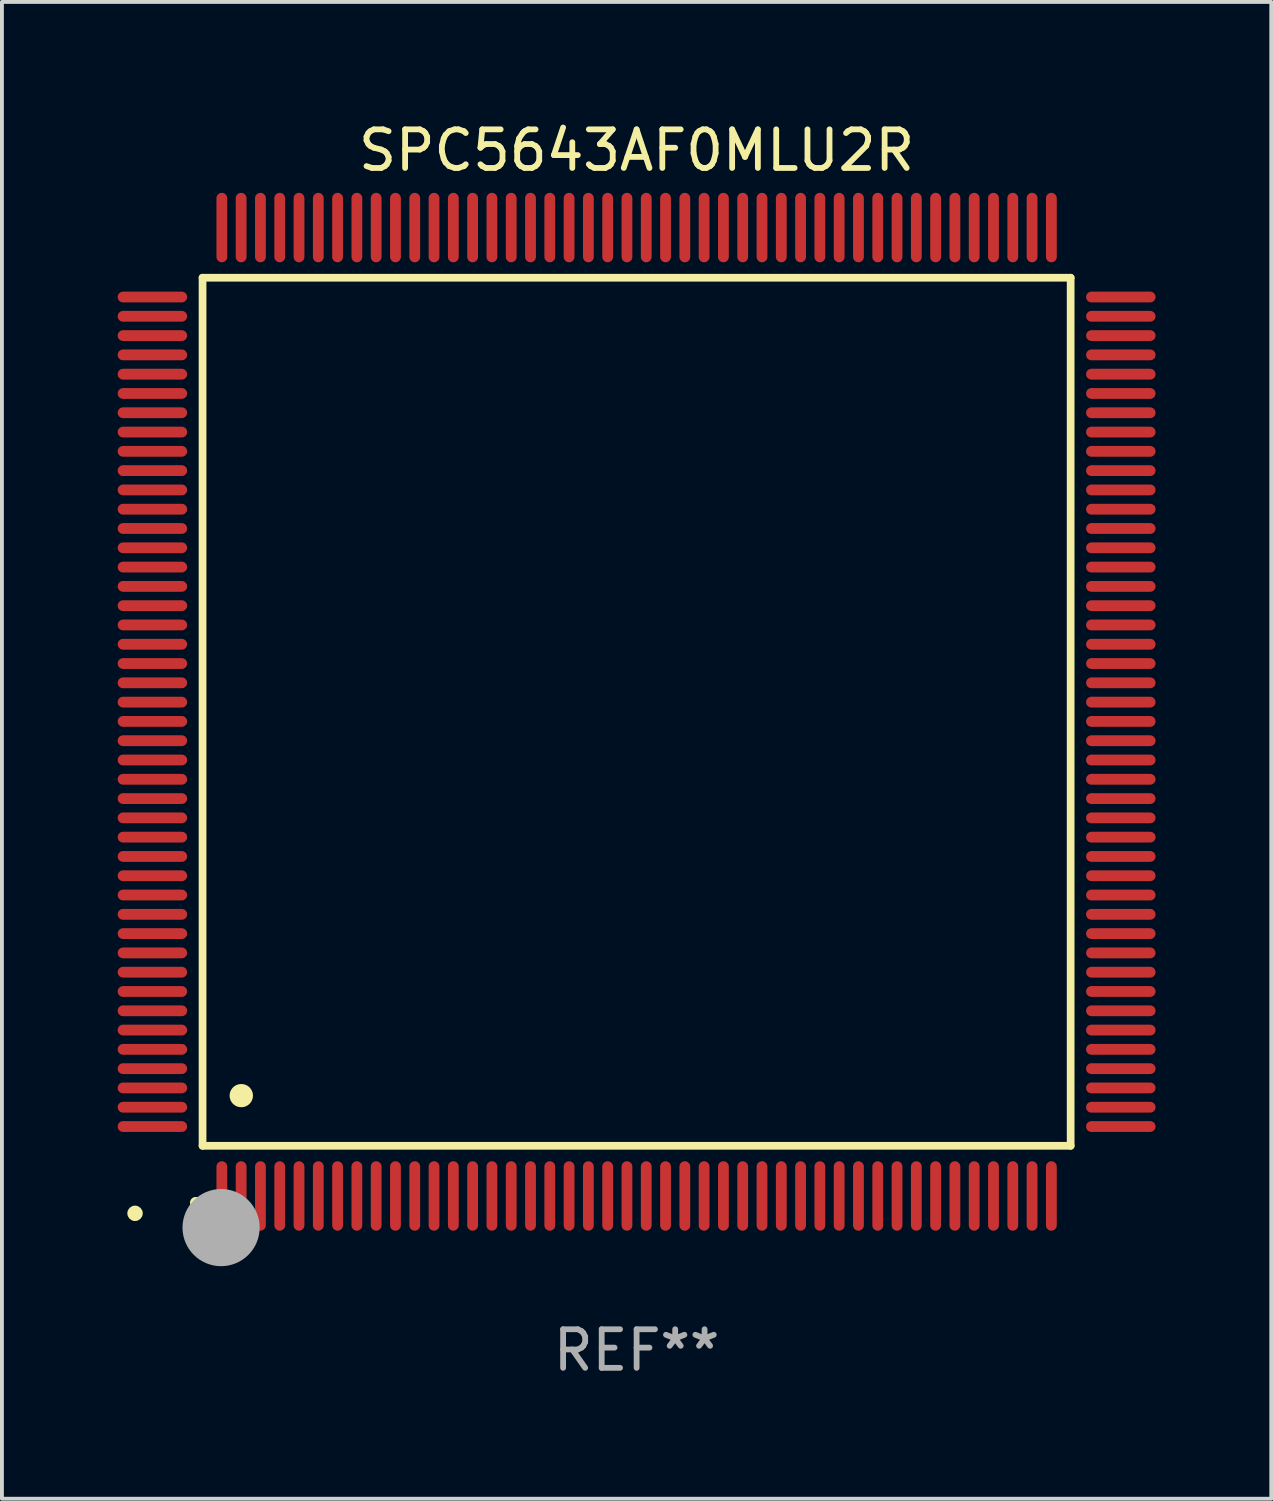
<source format=kicad_pcb>
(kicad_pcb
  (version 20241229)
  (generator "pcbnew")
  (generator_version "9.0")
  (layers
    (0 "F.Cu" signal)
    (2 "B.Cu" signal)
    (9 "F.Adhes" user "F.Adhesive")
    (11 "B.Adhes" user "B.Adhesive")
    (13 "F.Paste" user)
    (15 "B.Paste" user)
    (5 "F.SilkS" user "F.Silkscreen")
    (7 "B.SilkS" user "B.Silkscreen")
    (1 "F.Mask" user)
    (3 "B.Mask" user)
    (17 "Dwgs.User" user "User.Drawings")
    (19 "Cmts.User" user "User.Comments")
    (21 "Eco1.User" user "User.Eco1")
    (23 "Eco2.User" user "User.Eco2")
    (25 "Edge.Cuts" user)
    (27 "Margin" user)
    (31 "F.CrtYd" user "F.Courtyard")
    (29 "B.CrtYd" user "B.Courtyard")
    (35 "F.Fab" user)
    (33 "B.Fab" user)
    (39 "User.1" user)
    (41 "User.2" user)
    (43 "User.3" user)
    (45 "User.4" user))
  (footprint "SPC5643AF0MLU2R"
    (layer "F.Cu")
    (at 13.45 15.398)
    (property "Reference" "SPC5643AF0MLU2R" (at 0 -14.55 0) (layer "F.SilkS") (effects (font (size 1 1) (thickness 0.15))))
    (attr through_hole)
    (fp_line (start -11.25 -11.25) (end 11.25 -11.25) (stroke (width 0.2) (type solid)) (layer "F.SilkS"))
    (fp_line (start -11.25 11.25) (end -11.25 -11.25) (stroke (width 0.2) (type solid)) (layer "F.SilkS"))
    (fp_line (start 11.25 -11.25) (end 11.25 11.25) (stroke (width 0.2) (type solid)) (layer "F.SilkS"))
    (fp_line (start 11.25 11.25) (end -11.25 11.25) (stroke (width 0.2) (type solid)) (layer "F.SilkS"))
    (fp_arc (start -11.424943 12.725425) (mid -11.423673 12.72542) (end -11.422403 12.725425) (stroke (width 0.3) (type solid)) (layer "F.SilkS"))
    (fp_arc (start -10.24892 9.9492) (mid -10.24638 9.949189) (end -10.24384 9.9492) (stroke (width 0.6) (type solid)) (layer "F.SilkS"))
    (fp_circle (center -13 13) (end -12.9 13) (stroke (width 0.2) (type solid)) (fill no) (layer "F.SilkS"))
    (fp_circle (center -10.77 13.37) (end -10.27 13.37) (stroke (width 1) (type solid)) (fill no) (layer "F.Fab"))
    (fp_text user "REF**" (at 0 16.55 0) (layer "F.Fab") (effects (font (size 1 1) (thickness 0.15))))
    (pad "1" smd oval (at -10.75 12.55) (size 0.28 1.8) (layers "F.Cu" "F.Mask" "F.Paste"))
    (pad "2" smd oval (at -10.25 12.55) (size 0.28 1.8) (layers "F.Cu" "F.Mask" "F.Paste"))
    (pad "3" smd oval (at -9.75 12.55) (size 0.28 1.8) (layers "F.Cu" "F.Mask" "F.Paste"))
    (pad "4" smd oval (at -9.25 12.55) (size 0.28 1.8) (layers "F.Cu" "F.Mask" "F.Paste"))
    (pad "5" smd oval (at -8.75 12.55) (size 0.28 1.8) (layers "F.Cu" "F.Mask" "F.Paste"))
    (pad "6" smd oval (at -8.25 12.55) (size 0.28 1.8) (layers "F.Cu" "F.Mask" "F.Paste"))
    (pad "7" smd oval (at -7.75 12.55) (size 0.28 1.8) (layers "F.Cu" "F.Mask" "F.Paste"))
    (pad "8" smd oval (at -7.25 12.55) (size 0.28 1.8) (layers "F.Cu" "F.Mask" "F.Paste"))
    (pad "9" smd oval (at -6.75 12.55) (size 0.28 1.8) (layers "F.Cu" "F.Mask" "F.Paste"))
    (pad "10" smd oval (at -6.25 12.55) (size 0.28 1.8) (layers "F.Cu" "F.Mask" "F.Paste"))
    (pad "11" smd oval (at -5.75 12.55) (size 0.28 1.8) (layers "F.Cu" "F.Mask" "F.Paste"))
    (pad "12" smd oval (at -5.25 12.55) (size 0.28 1.8) (layers "F.Cu" "F.Mask" "F.Paste"))
    (pad "13" smd oval (at -4.75 12.55) (size 0.28 1.8) (layers "F.Cu" "F.Mask" "F.Paste"))
    (pad "14" smd oval (at -4.25 12.55) (size 0.28 1.8) (layers "F.Cu" "F.Mask" "F.Paste"))
    (pad "15" smd oval (at -3.75 12.55) (size 0.28 1.8) (layers "F.Cu" "F.Mask" "F.Paste"))
    (pad "16" smd oval (at -3.25 12.55) (size 0.28 1.8) (layers "F.Cu" "F.Mask" "F.Paste"))
    (pad "17" smd oval (at -2.75 12.55) (size 0.28 1.8) (layers "F.Cu" "F.Mask" "F.Paste"))
    (pad "18" smd oval (at -2.25 12.55) (size 0.28 1.8) (layers "F.Cu" "F.Mask" "F.Paste"))
    (pad "19" smd oval (at -1.75 12.55) (size 0.28 1.8) (layers "F.Cu" "F.Mask" "F.Paste"))
    (pad "20" smd oval (at -1.25 12.55) (size 0.28 1.8) (layers "F.Cu" "F.Mask" "F.Paste"))
    (pad "21" smd oval (at -0.75 12.55) (size 0.28 1.8) (layers "F.Cu" "F.Mask" "F.Paste"))
    (pad "22" smd oval (at -0.25 12.55) (size 0.28 1.8) (layers "F.Cu" "F.Mask" "F.Paste"))
    (pad "23" smd oval (at 0.25 12.55) (size 0.28 1.8) (layers "F.Cu" "F.Mask" "F.Paste"))
    (pad "24" smd oval (at 0.75 12.55) (size 0.28 1.8) (layers "F.Cu" "F.Mask" "F.Paste"))
    (pad "25" smd oval (at 1.25 12.55) (size 0.28 1.8) (layers "F.Cu" "F.Mask" "F.Paste"))
    (pad "26" smd oval (at 1.75 12.55) (size 0.28 1.8) (layers "F.Cu" "F.Mask" "F.Paste"))
    (pad "27" smd oval (at 2.25 12.55) (size 0.28 1.8) (layers "F.Cu" "F.Mask" "F.Paste"))
    (pad "28" smd oval (at 2.75 12.55) (size 0.28 1.8) (layers "F.Cu" "F.Mask" "F.Paste"))
    (pad "29" smd oval (at 3.25 12.55) (size 0.28 1.8) (layers "F.Cu" "F.Mask" "F.Paste"))
    (pad "30" smd oval (at 3.75 12.55) (size 0.28 1.8) (layers "F.Cu" "F.Mask" "F.Paste"))
    (pad "31" smd oval (at 4.25 12.55) (size 0.28 1.8) (layers "F.Cu" "F.Mask" "F.Paste"))
    (pad "32" smd oval (at 4.75 12.55) (size 0.28 1.8) (layers "F.Cu" "F.Mask" "F.Paste"))
    (pad "33" smd oval (at 5.25 12.55) (size 0.28 1.8) (layers "F.Cu" "F.Mask" "F.Paste"))
    (pad "34" smd oval (at 5.75 12.55) (size 0.28 1.8) (layers "F.Cu" "F.Mask" "F.Paste"))
    (pad "35" smd oval (at 6.25 12.55) (size 0.28 1.8) (layers "F.Cu" "F.Mask" "F.Paste"))
    (pad "36" smd oval (at 6.75 12.55) (size 0.28 1.8) (layers "F.Cu" "F.Mask" "F.Paste"))
    (pad "37" smd oval (at 7.25 12.55) (size 0.28 1.8) (layers "F.Cu" "F.Mask" "F.Paste"))
    (pad "38" smd oval (at 7.75 12.55) (size 0.28 1.8) (layers "F.Cu" "F.Mask" "F.Paste"))
    (pad "39" smd oval (at 8.25 12.55) (size 0.28 1.8) (layers "F.Cu" "F.Mask" "F.Paste"))
    (pad "40" smd oval (at 8.75 12.55) (size 0.28 1.8) (layers "F.Cu" "F.Mask" "F.Paste"))
    (pad "41" smd oval (at 9.25 12.55) (size 0.28 1.8) (layers "F.Cu" "F.Mask" "F.Paste"))
    (pad "42" smd oval (at 9.75 12.55) (size 0.28 1.8) (layers "F.Cu" "F.Mask" "F.Paste"))
    (pad "43" smd oval (at 10.25 12.55) (size 0.28 1.8) (layers "F.Cu" "F.Mask" "F.Paste"))
    (pad "44" smd oval (at 10.75 12.55) (size 0.28 1.8) (layers "F.Cu" "F.Mask" "F.Paste"))
    (pad "45" smd oval (at 12.55 10.75) (size 1.8 0.28) (layers "F.Cu" "F.Mask" "F.Paste"))
    (pad "46" smd oval (at 12.55 10.25) (size 1.8 0.28) (layers "F.Cu" "F.Mask" "F.Paste"))
    (pad "47" smd oval (at 12.55 9.75) (size 1.8 0.28) (layers "F.Cu" "F.Mask" "F.Paste"))
    (pad "48" smd oval (at 12.55 9.25) (size 1.8 0.28) (layers "F.Cu" "F.Mask" "F.Paste"))
    (pad "49" smd oval (at 12.55 8.75) (size 1.8 0.28) (layers "F.Cu" "F.Mask" "F.Paste"))
    (pad "50" smd oval (at 12.55 8.25) (size 1.8 0.28) (layers "F.Cu" "F.Mask" "F.Paste"))
    (pad "51" smd oval (at 12.55 7.75) (size 1.8 0.28) (layers "F.Cu" "F.Mask" "F.Paste"))
    (pad "52" smd oval (at 12.55 7.25) (size 1.8 0.28) (layers "F.Cu" "F.Mask" "F.Paste"))
    (pad "53" smd oval (at 12.55 6.75) (size 1.8 0.28) (layers "F.Cu" "F.Mask" "F.Paste"))
    (pad "54" smd oval (at 12.55 6.25) (size 1.8 0.28) (layers "F.Cu" "F.Mask" "F.Paste"))
    (pad "55" smd oval (at 12.55 5.75) (size 1.8 0.28) (layers "F.Cu" "F.Mask" "F.Paste"))
    (pad "56" smd oval (at 12.55 5.25) (size 1.8 0.28) (layers "F.Cu" "F.Mask" "F.Paste"))
    (pad "57" smd oval (at 12.55 4.75) (size 1.8 0.28) (layers "F.Cu" "F.Mask" "F.Paste"))
    (pad "58" smd oval (at 12.55 4.25) (size 1.8 0.28) (layers "F.Cu" "F.Mask" "F.Paste"))
    (pad "59" smd oval (at 12.55 3.75) (size 1.8 0.28) (layers "F.Cu" "F.Mask" "F.Paste"))
    (pad "60" smd oval (at 12.55 3.25) (size 1.8 0.28) (layers "F.Cu" "F.Mask" "F.Paste"))
    (pad "61" smd oval (at 12.55 2.75) (size 1.8 0.28) (layers "F.Cu" "F.Mask" "F.Paste"))
    (pad "62" smd oval (at 12.55 2.25) (size 1.8 0.28) (layers "F.Cu" "F.Mask" "F.Paste"))
    (pad "63" smd oval (at 12.55 1.75) (size 1.8 0.28) (layers "F.Cu" "F.Mask" "F.Paste"))
    (pad "64" smd oval (at 12.55 1.25) (size 1.8 0.28) (layers "F.Cu" "F.Mask" "F.Paste"))
    (pad "65" smd oval (at 12.55 0.75) (size 1.8 0.28) (layers "F.Cu" "F.Mask" "F.Paste"))
    (pad "66" smd oval (at 12.55 0.25) (size 1.8 0.28) (layers "F.Cu" "F.Mask" "F.Paste"))
    (pad "67" smd oval (at 12.55 -0.25) (size 1.8 0.28) (layers "F.Cu" "F.Mask" "F.Paste"))
    (pad "68" smd oval (at 12.55 -0.75) (size 1.8 0.28) (layers "F.Cu" "F.Mask" "F.Paste"))
    (pad "69" smd oval (at 12.55 -1.25) (size 1.8 0.28) (layers "F.Cu" "F.Mask" "F.Paste"))
    (pad "70" smd oval (at 12.55 -1.75) (size 1.8 0.28) (layers "F.Cu" "F.Mask" "F.Paste"))
    (pad "71" smd oval (at 12.55 -2.25) (size 1.8 0.28) (layers "F.Cu" "F.Mask" "F.Paste"))
    (pad "72" smd oval (at 12.55 -2.75) (size 1.8 0.28) (layers "F.Cu" "F.Mask" "F.Paste"))
    (pad "73" smd oval (at 12.55 -3.25) (size 1.8 0.28) (layers "F.Cu" "F.Mask" "F.Paste"))
    (pad "74" smd oval (at 12.55 -3.75) (size 1.8 0.28) (layers "F.Cu" "F.Mask" "F.Paste"))
    (pad "75" smd oval (at 12.55 -4.25) (size 1.8 0.28) (layers "F.Cu" "F.Mask" "F.Paste"))
    (pad "76" smd oval (at 12.55 -4.75) (size 1.8 0.28) (layers "F.Cu" "F.Mask" "F.Paste"))
    (pad "77" smd oval (at 12.55 -5.25) (size 1.8 0.28) (layers "F.Cu" "F.Mask" "F.Paste"))
    (pad "78" smd oval (at 12.55 -5.75) (size 1.8 0.28) (layers "F.Cu" "F.Mask" "F.Paste"))
    (pad "79" smd oval (at 12.55 -6.25) (size 1.8 0.28) (layers "F.Cu" "F.Mask" "F.Paste"))
    (pad "80" smd oval (at 12.55 -6.75) (size 1.8 0.28) (layers "F.Cu" "F.Mask" "F.Paste"))
    (pad "81" smd oval (at 12.55 -7.25) (size 1.8 0.28) (layers "F.Cu" "F.Mask" "F.Paste"))
    (pad "82" smd oval (at 12.55 -7.75) (size 1.8 0.28) (layers "F.Cu" "F.Mask" "F.Paste"))
    (pad "83" smd oval (at 12.55 -8.25) (size 1.8 0.28) (layers "F.Cu" "F.Mask" "F.Paste"))
    (pad "84" smd oval (at 12.55 -8.75) (size 1.8 0.28) (layers "F.Cu" "F.Mask" "F.Paste"))
    (pad "85" smd oval (at 12.55 -9.25) (size 1.8 0.28) (layers "F.Cu" "F.Mask" "F.Paste"))
    (pad "86" smd oval (at 12.55 -9.75) (size 1.8 0.28) (layers "F.Cu" "F.Mask" "F.Paste"))
    (pad "87" smd oval (at 12.55 -10.25) (size 1.8 0.28) (layers "F.Cu" "F.Mask" "F.Paste"))
    (pad "88" smd oval (at 12.55 -10.75) (size 1.8 0.28) (layers "F.Cu" "F.Mask" "F.Paste"))
    (pad "89" smd oval (at 10.75 -12.55) (size 0.28 1.8) (layers "F.Cu" "F.Mask" "F.Paste"))
    (pad "90" smd oval (at 10.25 -12.55) (size 0.28 1.8) (layers "F.Cu" "F.Mask" "F.Paste"))
    (pad "91" smd oval (at 9.75 -12.55) (size 0.28 1.8) (layers "F.Cu" "F.Mask" "F.Paste"))
    (pad "92" smd oval (at 9.25 -12.55) (size 0.28 1.8) (layers "F.Cu" "F.Mask" "F.Paste"))
    (pad "93" smd oval (at 8.75 -12.55) (size 0.28 1.8) (layers "F.Cu" "F.Mask" "F.Paste"))
    (pad "94" smd oval (at 8.25 -12.55) (size 0.28 1.8) (layers "F.Cu" "F.Mask" "F.Paste"))
    (pad "95" smd oval (at 7.75 -12.55) (size 0.28 1.8) (layers "F.Cu" "F.Mask" "F.Paste"))
    (pad "96" smd oval (at 7.25 -12.55) (size 0.28 1.8) (layers "F.Cu" "F.Mask" "F.Paste"))
    (pad "97" smd oval (at 6.75 -12.55) (size 0.28 1.8) (layers "F.Cu" "F.Mask" "F.Paste"))
    (pad "98" smd oval (at 6.25 -12.55) (size 0.28 1.8) (layers "F.Cu" "F.Mask" "F.Paste"))
    (pad "99" smd oval (at 5.75 -12.55) (size 0.28 1.8) (layers "F.Cu" "F.Mask" "F.Paste"))
    (pad "100" smd oval (at 5.25 -12.55) (size 0.28 1.8) (layers "F.Cu" "F.Mask" "F.Paste"))
    (pad "101" smd oval (at 4.75 -12.55) (size 0.28 1.8) (layers "F.Cu" "F.Mask" "F.Paste"))
    (pad "102" smd oval (at 4.25 -12.55) (size 0.28 1.8) (layers "F.Cu" "F.Mask" "F.Paste"))
    (pad "103" smd oval (at 3.75 -12.55) (size 0.28 1.8) (layers "F.Cu" "F.Mask" "F.Paste"))
    (pad "104" smd oval (at 3.25 -12.55) (size 0.28 1.8) (layers "F.Cu" "F.Mask" "F.Paste"))
    (pad "105" smd oval (at 2.75 -12.55) (size 0.28 1.8) (layers "F.Cu" "F.Mask" "F.Paste"))
    (pad "106" smd oval (at 2.25 -12.55) (size 0.28 1.8) (layers "F.Cu" "F.Mask" "F.Paste"))
    (pad "107" smd oval (at 1.75 -12.55) (size 0.28 1.8) (layers "F.Cu" "F.Mask" "F.Paste"))
    (pad "108" smd oval (at 1.25 -12.55) (size 0.28 1.8) (layers "F.Cu" "F.Mask" "F.Paste"))
    (pad "109" smd oval (at 0.75 -12.55) (size 0.28 1.8) (layers "F.Cu" "F.Mask" "F.Paste"))
    (pad "110" smd oval (at 0.25 -12.55) (size 0.28 1.8) (layers "F.Cu" "F.Mask" "F.Paste"))
    (pad "111" smd oval (at -0.25 -12.55) (size 0.28 1.8) (layers "F.Cu" "F.Mask" "F.Paste"))
    (pad "112" smd oval (at -0.75 -12.55) (size 0.28 1.8) (layers "F.Cu" "F.Mask" "F.Paste"))
    (pad "113" smd oval (at -1.25 -12.55) (size 0.28 1.8) (layers "F.Cu" "F.Mask" "F.Paste"))
    (pad "114" smd oval (at -1.75 -12.55) (size 0.28 1.8) (layers "F.Cu" "F.Mask" "F.Paste"))
    (pad "115" smd oval (at -2.25 -12.55) (size 0.28 1.8) (layers "F.Cu" "F.Mask" "F.Paste"))
    (pad "116" smd oval (at -2.75 -12.55) (size 0.28 1.8) (layers "F.Cu" "F.Mask" "F.Paste"))
    (pad "117" smd oval (at -3.25 -12.55) (size 0.28 1.8) (layers "F.Cu" "F.Mask" "F.Paste"))
    (pad "118" smd oval (at -3.75 -12.55) (size 0.28 1.8) (layers "F.Cu" "F.Mask" "F.Paste"))
    (pad "119" smd oval (at -4.25 -12.55) (size 0.28 1.8) (layers "F.Cu" "F.Mask" "F.Paste"))
    (pad "120" smd oval (at -4.75 -12.55) (size 0.28 1.8) (layers "F.Cu" "F.Mask" "F.Paste"))
    (pad "121" smd oval (at -5.25 -12.55) (size 0.28 1.8) (layers "F.Cu" "F.Mask" "F.Paste"))
    (pad "122" smd oval (at -5.75 -12.55) (size 0.28 1.8) (layers "F.Cu" "F.Mask" "F.Paste"))
    (pad "123" smd oval (at -6.25 -12.55) (size 0.28 1.8) (layers "F.Cu" "F.Mask" "F.Paste"))
    (pad "124" smd oval (at -6.75 -12.55) (size 0.28 1.8) (layers "F.Cu" "F.Mask" "F.Paste"))
    (pad "125" smd oval (at -7.25 -12.55) (size 0.28 1.8) (layers "F.Cu" "F.Mask" "F.Paste"))
    (pad "126" smd oval (at -7.75 -12.55) (size 0.28 1.8) (layers "F.Cu" "F.Mask" "F.Paste"))
    (pad "127" smd oval (at -8.25 -12.55) (size 0.28 1.8) (layers "F.Cu" "F.Mask" "F.Paste"))
    (pad "128" smd oval (at -8.75 -12.55) (size 0.28 1.8) (layers "F.Cu" "F.Mask" "F.Paste"))
    (pad "129" smd oval (at -9.25 -12.55) (size 0.28 1.8) (layers "F.Cu" "F.Mask" "F.Paste"))
    (pad "130" smd oval (at -9.75 -12.55) (size 0.28 1.8) (layers "F.Cu" "F.Mask" "F.Paste"))
    (pad "131" smd oval (at -10.25 -12.55) (size 0.28 1.8) (layers "F.Cu" "F.Mask" "F.Paste"))
    (pad "132" smd oval (at -10.75 -12.55) (size 0.28 1.8) (layers "F.Cu" "F.Mask" "F.Paste"))
    (pad "133" smd oval (at -12.55 -10.75) (size 1.8 0.28) (layers "F.Cu" "F.Mask" "F.Paste"))
    (pad "134" smd oval (at -12.55 -10.25) (size 1.8 0.28) (layers "F.Cu" "F.Mask" "F.Paste"))
    (pad "135" smd oval (at -12.55 -9.75) (size 1.8 0.28) (layers "F.Cu" "F.Mask" "F.Paste"))
    (pad "136" smd oval (at -12.55 -9.25) (size 1.8 0.28) (layers "F.Cu" "F.Mask" "F.Paste"))
    (pad "137" smd oval (at -12.55 -8.75) (size 1.8 0.28) (layers "F.Cu" "F.Mask" "F.Paste"))
    (pad "138" smd oval (at -12.55 -8.25) (size 1.8 0.28) (layers "F.Cu" "F.Mask" "F.Paste"))
    (pad "139" smd oval (at -12.55 -7.75) (size 1.8 0.28) (layers "F.Cu" "F.Mask" "F.Paste"))
    (pad "140" smd oval (at -12.55 -7.25) (size 1.8 0.28) (layers "F.Cu" "F.Mask" "F.Paste"))
    (pad "141" smd oval (at -12.55 -6.75) (size 1.8 0.28) (layers "F.Cu" "F.Mask" "F.Paste"))
    (pad "142" smd oval (at -12.55 -6.25) (size 1.8 0.28) (layers "F.Cu" "F.Mask" "F.Paste"))
    (pad "143" smd oval (at -12.55 -5.75) (size 1.8 0.28) (layers "F.Cu" "F.Mask" "F.Paste"))
    (pad "144" smd oval (at -12.55 -5.25) (size 1.8 0.28) (layers "F.Cu" "F.Mask" "F.Paste"))
    (pad "145" smd oval (at -12.55 -4.75) (size 1.8 0.28) (layers "F.Cu" "F.Mask" "F.Paste"))
    (pad "146" smd oval (at -12.55 -4.25) (size 1.8 0.28) (layers "F.Cu" "F.Mask" "F.Paste"))
    (pad "147" smd oval (at -12.55 -3.75) (size 1.8 0.28) (layers "F.Cu" "F.Mask" "F.Paste"))
    (pad "148" smd oval (at -12.55 -3.25) (size 1.8 0.28) (layers "F.Cu" "F.Mask" "F.Paste"))
    (pad "149" smd oval (at -12.55 -2.75) (size 1.8 0.28) (layers "F.Cu" "F.Mask" "F.Paste"))
    (pad "150" smd oval (at -12.55 -2.25) (size 1.8 0.28) (layers "F.Cu" "F.Mask" "F.Paste"))
    (pad "151" smd oval (at -12.55 -1.75) (size 1.8 0.28) (layers "F.Cu" "F.Mask" "F.Paste"))
    (pad "152" smd oval (at -12.55 -1.25) (size 1.8 0.28) (layers "F.Cu" "F.Mask" "F.Paste"))
    (pad "153" smd oval (at -12.55 -0.75) (size 1.8 0.28) (layers "F.Cu" "F.Mask" "F.Paste"))
    (pad "154" smd oval (at -12.55 -0.25) (size 1.8 0.28) (layers "F.Cu" "F.Mask" "F.Paste"))
    (pad "155" smd oval (at -12.55 0.25) (size 1.8 0.28) (layers "F.Cu" "F.Mask" "F.Paste"))
    (pad "156" smd oval (at -12.55 0.75) (size 1.8 0.28) (layers "F.Cu" "F.Mask" "F.Paste"))
    (pad "157" smd oval (at -12.55 1.25) (size 1.8 0.28) (layers "F.Cu" "F.Mask" "F.Paste"))
    (pad "158" smd oval (at -12.55 1.75) (size 1.8 0.28) (layers "F.Cu" "F.Mask" "F.Paste"))
    (pad "159" smd oval (at -12.55 2.25) (size 1.8 0.28) (layers "F.Cu" "F.Mask" "F.Paste"))
    (pad "160" smd oval (at -12.55 2.75) (size 1.8 0.28) (layers "F.Cu" "F.Mask" "F.Paste"))
    (pad "161" smd oval (at -12.55 3.25) (size 1.8 0.28) (layers "F.Cu" "F.Mask" "F.Paste"))
    (pad "162" smd oval (at -12.55 3.75) (size 1.8 0.28) (layers "F.Cu" "F.Mask" "F.Paste"))
    (pad "163" smd oval (at -12.55 4.25) (size 1.8 0.28) (layers "F.Cu" "F.Mask" "F.Paste"))
    (pad "164" smd oval (at -12.55 4.75) (size 1.8 0.28) (layers "F.Cu" "F.Mask" "F.Paste"))
    (pad "165" smd oval (at -12.55 5.25) (size 1.8 0.28) (layers "F.Cu" "F.Mask" "F.Paste"))
    (pad "166" smd oval (at -12.55 5.75) (size 1.8 0.28) (layers "F.Cu" "F.Mask" "F.Paste"))
    (pad "167" smd oval (at -12.55 6.25) (size 1.8 0.28) (layers "F.Cu" "F.Mask" "F.Paste"))
    (pad "168" smd oval (at -12.55 6.75) (size 1.8 0.28) (layers "F.Cu" "F.Mask" "F.Paste"))
    (pad "169" smd oval (at -12.55 7.25) (size 1.8 0.28) (layers "F.Cu" "F.Mask" "F.Paste"))
    (pad "170" smd oval (at -12.55 7.75) (size 1.8 0.28) (layers "F.Cu" "F.Mask" "F.Paste"))
    (pad "171" smd oval (at -12.55 8.25) (size 1.8 0.28) (layers "F.Cu" "F.Mask" "F.Paste"))
    (pad "172" smd oval (at -12.55 8.75) (size 1.8 0.28) (layers "F.Cu" "F.Mask" "F.Paste"))
    (pad "173" smd oval (at -12.55 9.25) (size 1.8 0.28) (layers "F.Cu" "F.Mask" "F.Paste"))
    (pad "174" smd oval (at -12.55 9.75) (size 1.8 0.28) (layers "F.Cu" "F.Mask" "F.Paste"))
    (pad "175" smd oval (at -12.55 10.25) (size 1.8 0.28) (layers "F.Cu" "F.Mask" "F.Paste"))
    (pad "176" smd oval (at -12.55 10.75) (size 1.8 0.28) (layers "F.Cu" "F.Mask" "F.Paste")))
  (gr_rect
    (start -3 -3)
    (end 29.9 35.796)
    (stroke (width 0.1) (type default))
    (fill no)
    (layer "Edge.Cuts")))
</source>
